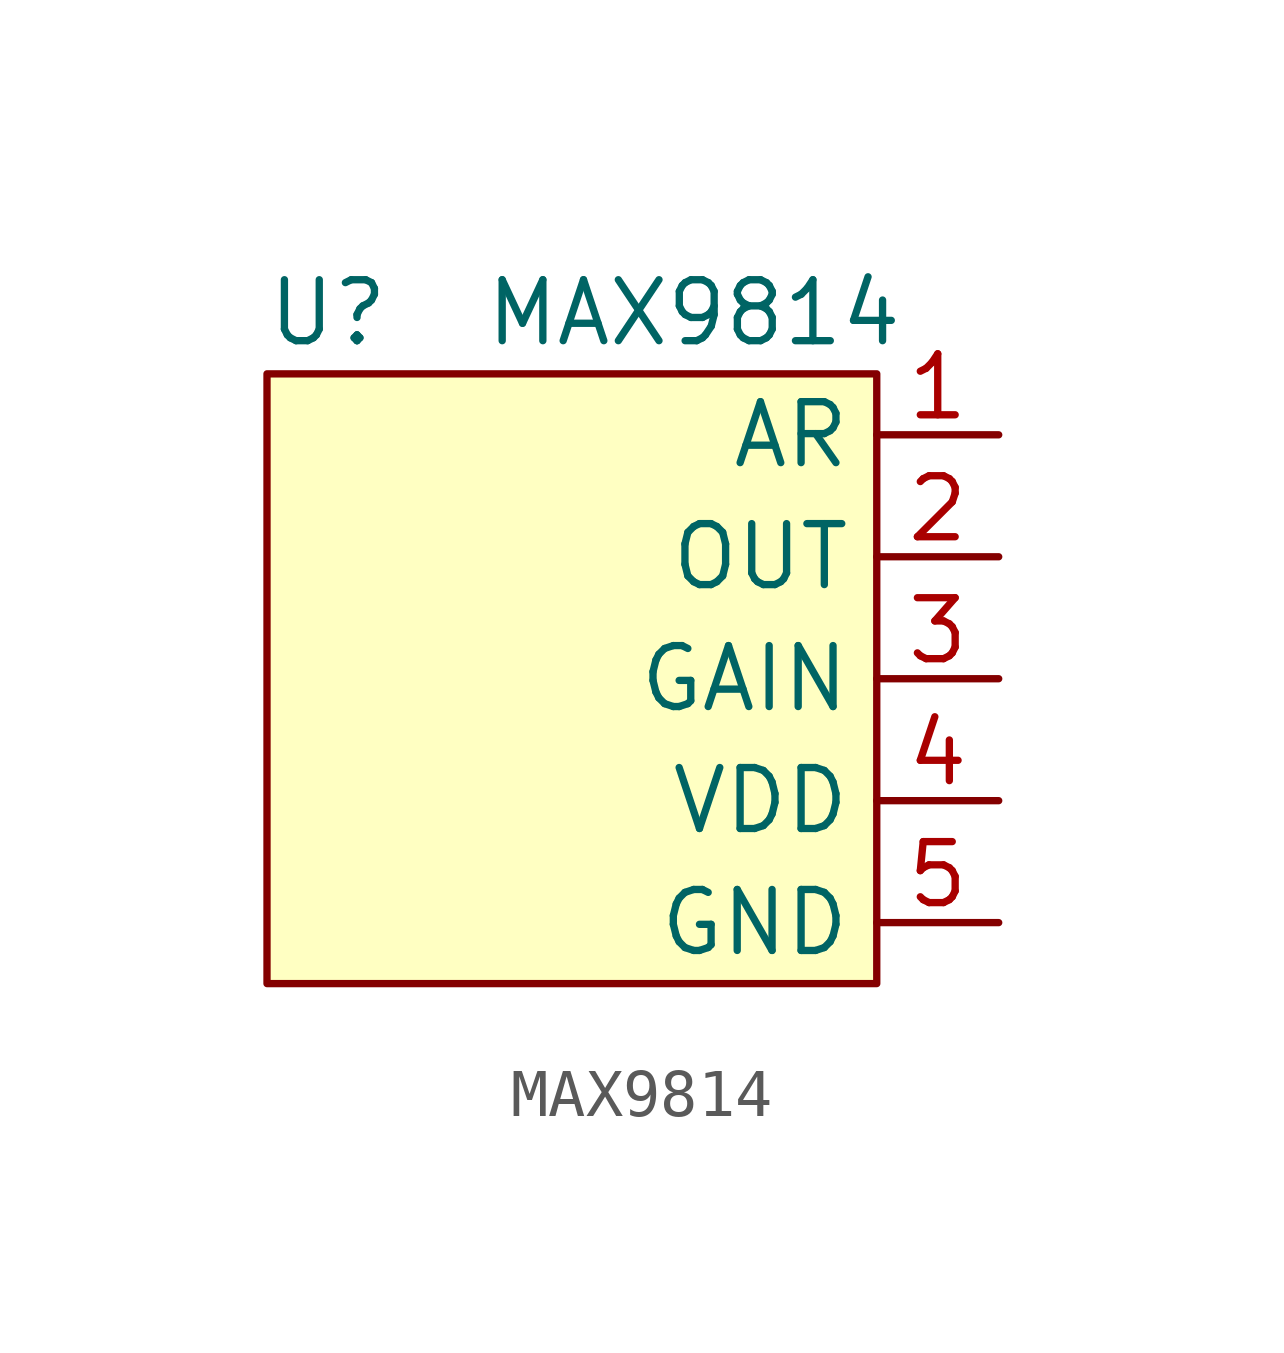
<source format=kicad_sym>
(kicad_symbol_lib
  (version 20220914)
  (generator kicad_symbol_editor)
  (symbol "MAX9814"
    (property "Reference" "U"
      (at -5.08 8.89 0)
      (effects (font (size 1.27 1.27))))
    (property "Value" "MAX9814"
      (at 2.54 8.89 0)
      (effects (font (size 1.27 1.27))))
    (symbol "MAX9814_0_1"
      (rectangle (start -6.35 7.62) (end 6.35 -5.08) (stroke (width 0) (type default) (color 132 0 0 1)) (fill (type background))))
    (symbol "MAX9814_1_1"
      (pin bidirectional line (at 8.89 6.35 180) (length 2.54) (name "AR" (effects (font (size 1.27 1.27)))) (number "1" (effects (font (size 1.27 1.27)))))
      (pin output line (at 8.89 3.81 180) (length 2.54) (name "OUT" (effects (font (size 1.27 1.27)))) (number "2" (effects (font (size 1.27 1.27)))))
      (pin bidirectional line (at 8.89 1.27 180) (length 2.54) (name "GAIN" (effects (font (size 1.27 1.27)))) (number "3" (effects (font (size 1.27 1.27)))))
      (pin power_in line (at 8.89 -1.27 180) (length 2.54) (name "VDD" (effects (font (size 1.27 1.27)))) (number "4" (effects (font (size 1.27 1.27)))))
      (pin power_in line (at 8.89 -3.81 180) (length 2.54) (name "GND" (effects (font (size 1.27 1.27)))) (number "5" (effects (font (size 1.27 1.27))))))))
</source>
